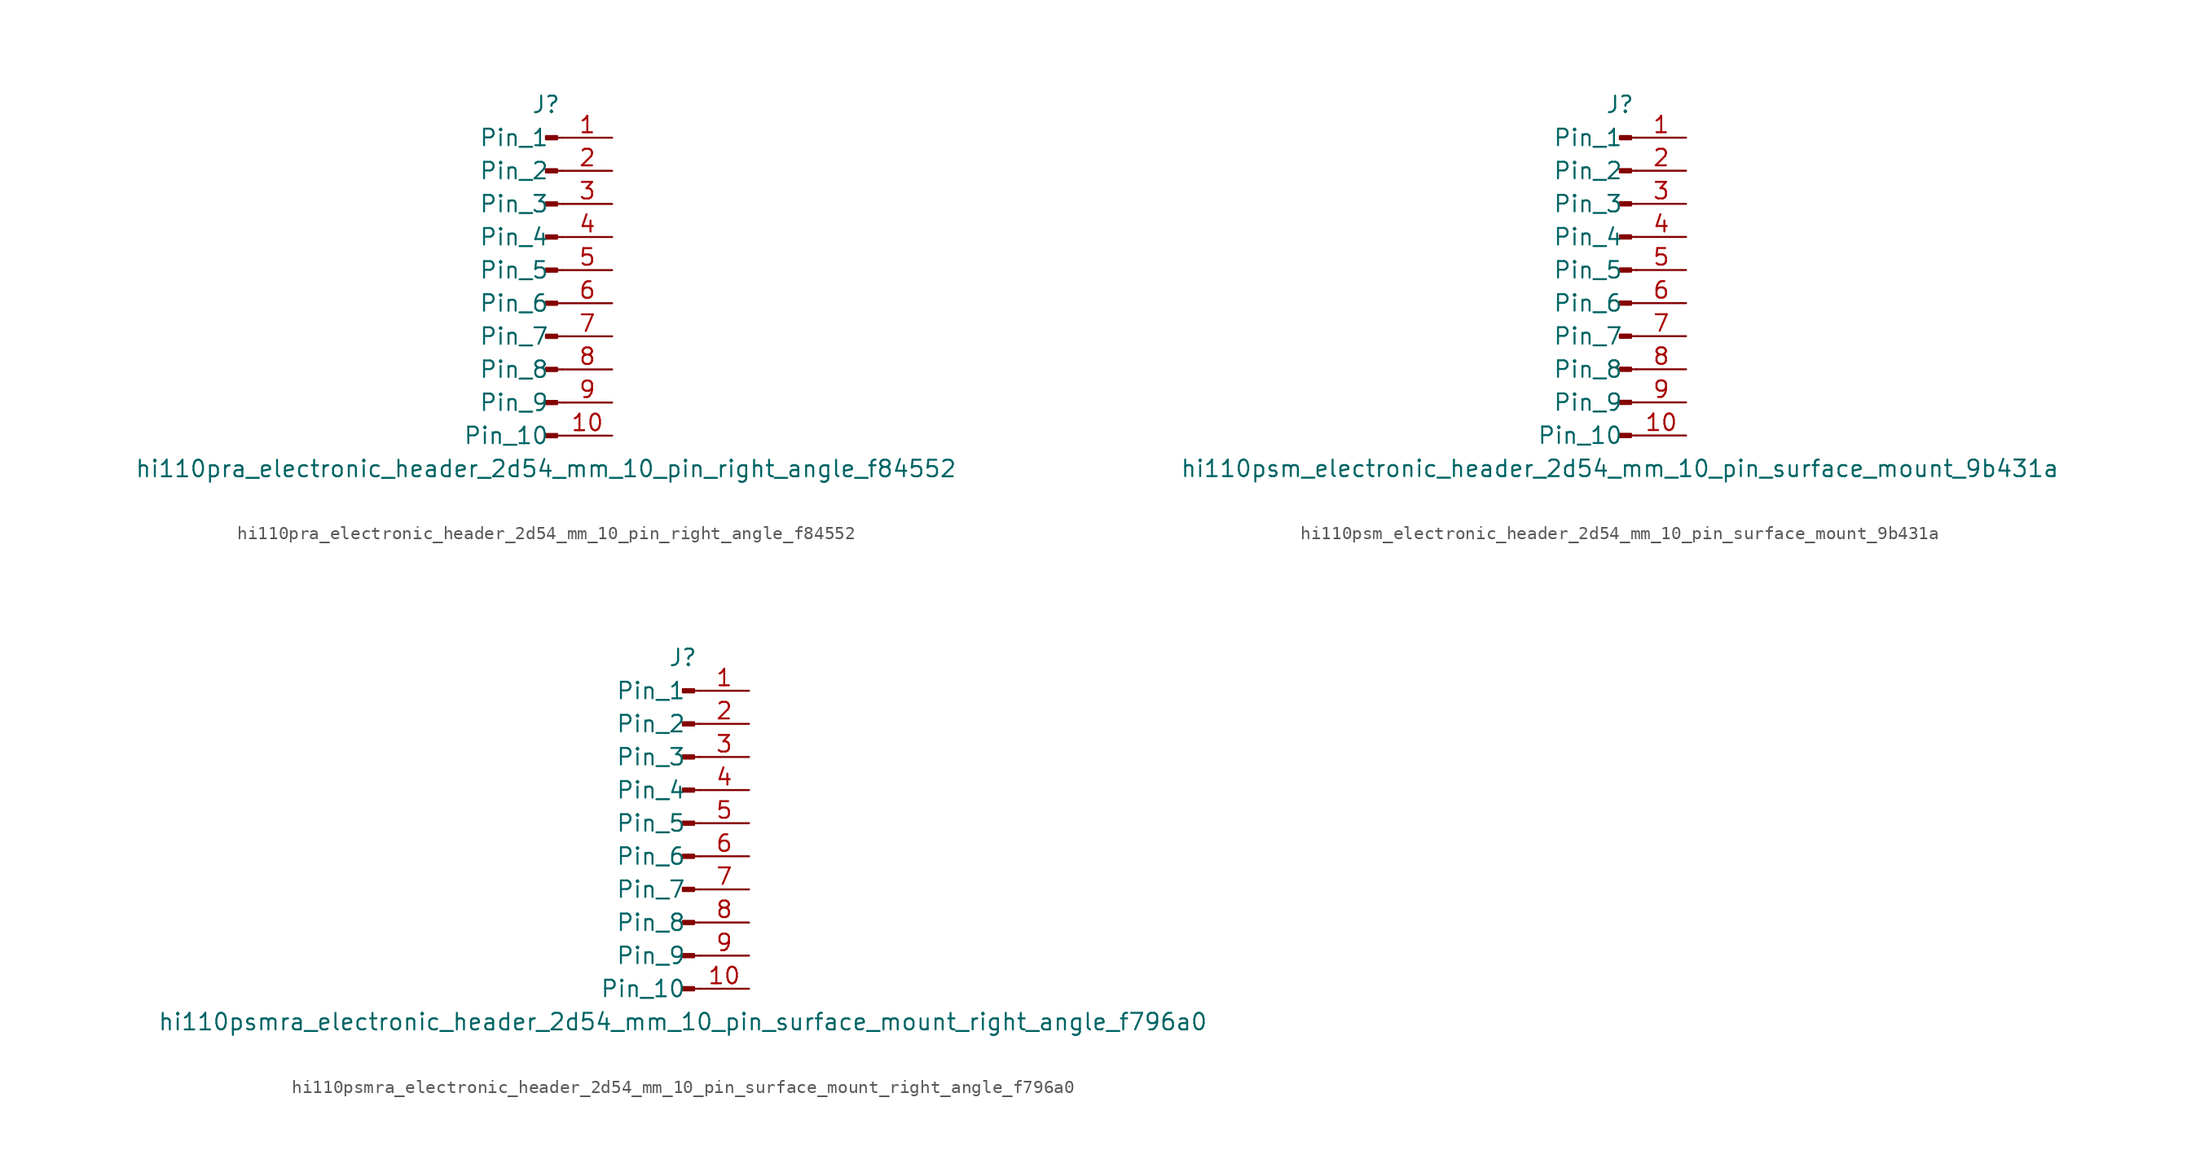
<source format=kicad_sym>
(kicad_symbol_lib
  (version 20220914)
  (generator kicad_symbol_editor)
  (symbol "hi110pra_electronic_header_2d54_mm_10_pin_right_angle_f84552"
    (pin_names
      (offset 1.016))
    (property "Reference" "J"
      (at 0 12.7 0)
      (effects (font (size 1.27 1.27))))
    (property "Value" "hi110pra_electronic_header_2d54_mm_10_pin_right_angle_f84552"
      (at 0 -15.24 0)
      (effects (font (size 1.27 1.27))))
    (property "ki_locked" ""
      (at 0 0 0)
      (effects (font (size 1.27 1.27))))
    (symbol "hi110pra_electronic_header_2d54_mm_10_pin_right_angle_f84552_1_1"
      (polyline (pts (xy 1.27 -12.7) (xy 0.864 -12.7)) (stroke (width 0.152) (type default)) (fill (type none)))
      (polyline (pts (xy 1.27 -10.16) (xy 0.864 -10.16)) (stroke (width 0.152) (type default)) (fill (type none)))
      (polyline (pts (xy 1.27 -7.62) (xy 0.864 -7.62)) (stroke (width 0.152) (type default)) (fill (type none)))
      (polyline (pts (xy 1.27 -5.08) (xy 0.864 -5.08)) (stroke (width 0.152) (type default)) (fill (type none)))
      (polyline (pts (xy 1.27 -2.54) (xy 0.864 -2.54)) (stroke (width 0.152) (type default)) (fill (type none)))
      (polyline (pts (xy 1.27 0) (xy 0.864 0)) (stroke (width 0.152) (type default)) (fill (type none)))
      (polyline (pts (xy 1.27 2.54) (xy 0.864 2.54)) (stroke (width 0.152) (type default)) (fill (type none)))
      (polyline (pts (xy 1.27 5.08) (xy 0.864 5.08)) (stroke (width 0.152) (type default)) (fill (type none)))
      (polyline (pts (xy 1.27 7.62) (xy 0.864 7.62)) (stroke (width 0.152) (type default)) (fill (type none)))
      (polyline (pts (xy 1.27 10.16) (xy 0.864 10.16)) (stroke (width 0.152) (type default)) (fill (type none)))
      (rectangle (start 0.864 -12.573) (end 0 -12.827) (stroke (width 0.152) (type default)) (fill (type outline)))
      (rectangle (start 0.864 -10.033) (end 0 -10.287) (stroke (width 0.152) (type default)) (fill (type outline)))
      (rectangle (start 0.864 -7.493) (end 0 -7.747) (stroke (width 0.152) (type default)) (fill (type outline)))
      (rectangle (start 0.864 -4.953) (end 0 -5.207) (stroke (width 0.152) (type default)) (fill (type outline)))
      (rectangle (start 0.864 -2.413) (end 0 -2.667) (stroke (width 0.152) (type default)) (fill (type outline)))
      (rectangle (start 0.864 0.127) (end 0 -0.127) (stroke (width 0.152) (type default)) (fill (type outline)))
      (rectangle (start 0.864 2.667) (end 0 2.413) (stroke (width 0.152) (type default)) (fill (type outline)))
      (rectangle (start 0.864 5.207) (end 0 4.953) (stroke (width 0.152) (type default)) (fill (type outline)))
      (rectangle (start 0.864 7.747) (end 0 7.493) (stroke (width 0.152) (type default)) (fill (type outline)))
      (rectangle (start 0.864 10.287) (end 0 10.033) (stroke (width 0.152) (type default)) (fill (type outline)))
      (pin passive line (at 5.08 10.16 180) (length 3.81) (name "Pin_1" (effects (font (size 1.27 1.27)))) (number "1" (effects (font (size 1.27 1.27)))))
      (pin passive line (at 5.08 -12.7 180) (length 3.81) (name "Pin_10" (effects (font (size 1.27 1.27)))) (number "10" (effects (font (size 1.27 1.27)))))
      (pin passive line (at 5.08 7.62 180) (length 3.81) (name "Pin_2" (effects (font (size 1.27 1.27)))) (number "2" (effects (font (size 1.27 1.27)))))
      (pin passive line (at 5.08 5.08 180) (length 3.81) (name "Pin_3" (effects (font (size 1.27 1.27)))) (number "3" (effects (font (size 1.27 1.27)))))
      (pin passive line (at 5.08 2.54 180) (length 3.81) (name "Pin_4" (effects (font (size 1.27 1.27)))) (number "4" (effects (font (size 1.27 1.27)))))
      (pin passive line (at 5.08 0 180) (length 3.81) (name "Pin_5" (effects (font (size 1.27 1.27)))) (number "5" (effects (font (size 1.27 1.27)))))
      (pin passive line (at 5.08 -2.54 180) (length 3.81) (name "Pin_6" (effects (font (size 1.27 1.27)))) (number "6" (effects (font (size 1.27 1.27)))))
      (pin passive line (at 5.08 -5.08 180) (length 3.81) (name "Pin_7" (effects (font (size 1.27 1.27)))) (number "7" (effects (font (size 1.27 1.27)))))
      (pin passive line (at 5.08 -7.62 180) (length 3.81) (name "Pin_8" (effects (font (size 1.27 1.27)))) (number "8" (effects (font (size 1.27 1.27)))))
      (pin passive line (at 5.08 -10.16 180) (length 3.81) (name "Pin_9" (effects (font (size 1.27 1.27)))) (number "9" (effects (font (size 1.27 1.27)))))))
  (symbol "hi110psm_electronic_header_2d54_mm_10_pin_surface_mount_9b431a"
    (pin_names
      (offset 1.016))
    (property "Reference" "J"
      (at 0 12.7 0)
      (effects (font (size 1.27 1.27))))
    (property "Value" "hi110psm_electronic_header_2d54_mm_10_pin_surface_mount_9b431a"
      (at 0 -15.24 0)
      (effects (font (size 1.27 1.27))))
    (property "ki_locked" ""
      (at 0 0 0)
      (effects (font (size 1.27 1.27))))
    (symbol "hi110psm_electronic_header_2d54_mm_10_pin_surface_mount_9b431a_1_1"
      (polyline (pts (xy 1.27 -12.7) (xy 0.864 -12.7)) (stroke (width 0.152) (type default)) (fill (type none)))
      (polyline (pts (xy 1.27 -10.16) (xy 0.864 -10.16)) (stroke (width 0.152) (type default)) (fill (type none)))
      (polyline (pts (xy 1.27 -7.62) (xy 0.864 -7.62)) (stroke (width 0.152) (type default)) (fill (type none)))
      (polyline (pts (xy 1.27 -5.08) (xy 0.864 -5.08)) (stroke (width 0.152) (type default)) (fill (type none)))
      (polyline (pts (xy 1.27 -2.54) (xy 0.864 -2.54)) (stroke (width 0.152) (type default)) (fill (type none)))
      (polyline (pts (xy 1.27 0) (xy 0.864 0)) (stroke (width 0.152) (type default)) (fill (type none)))
      (polyline (pts (xy 1.27 2.54) (xy 0.864 2.54)) (stroke (width 0.152) (type default)) (fill (type none)))
      (polyline (pts (xy 1.27 5.08) (xy 0.864 5.08)) (stroke (width 0.152) (type default)) (fill (type none)))
      (polyline (pts (xy 1.27 7.62) (xy 0.864 7.62)) (stroke (width 0.152) (type default)) (fill (type none)))
      (polyline (pts (xy 1.27 10.16) (xy 0.864 10.16)) (stroke (width 0.152) (type default)) (fill (type none)))
      (rectangle (start 0.864 -12.573) (end 0 -12.827) (stroke (width 0.152) (type default)) (fill (type outline)))
      (rectangle (start 0.864 -10.033) (end 0 -10.287) (stroke (width 0.152) (type default)) (fill (type outline)))
      (rectangle (start 0.864 -7.493) (end 0 -7.747) (stroke (width 0.152) (type default)) (fill (type outline)))
      (rectangle (start 0.864 -4.953) (end 0 -5.207) (stroke (width 0.152) (type default)) (fill (type outline)))
      (rectangle (start 0.864 -2.413) (end 0 -2.667) (stroke (width 0.152) (type default)) (fill (type outline)))
      (rectangle (start 0.864 0.127) (end 0 -0.127) (stroke (width 0.152) (type default)) (fill (type outline)))
      (rectangle (start 0.864 2.667) (end 0 2.413) (stroke (width 0.152) (type default)) (fill (type outline)))
      (rectangle (start 0.864 5.207) (end 0 4.953) (stroke (width 0.152) (type default)) (fill (type outline)))
      (rectangle (start 0.864 7.747) (end 0 7.493) (stroke (width 0.152) (type default)) (fill (type outline)))
      (rectangle (start 0.864 10.287) (end 0 10.033) (stroke (width 0.152) (type default)) (fill (type outline)))
      (pin passive line (at 5.08 10.16 180) (length 3.81) (name "Pin_1" (effects (font (size 1.27 1.27)))) (number "1" (effects (font (size 1.27 1.27)))))
      (pin passive line (at 5.08 -12.7 180) (length 3.81) (name "Pin_10" (effects (font (size 1.27 1.27)))) (number "10" (effects (font (size 1.27 1.27)))))
      (pin passive line (at 5.08 7.62 180) (length 3.81) (name "Pin_2" (effects (font (size 1.27 1.27)))) (number "2" (effects (font (size 1.27 1.27)))))
      (pin passive line (at 5.08 5.08 180) (length 3.81) (name "Pin_3" (effects (font (size 1.27 1.27)))) (number "3" (effects (font (size 1.27 1.27)))))
      (pin passive line (at 5.08 2.54 180) (length 3.81) (name "Pin_4" (effects (font (size 1.27 1.27)))) (number "4" (effects (font (size 1.27 1.27)))))
      (pin passive line (at 5.08 0 180) (length 3.81) (name "Pin_5" (effects (font (size 1.27 1.27)))) (number "5" (effects (font (size 1.27 1.27)))))
      (pin passive line (at 5.08 -2.54 180) (length 3.81) (name "Pin_6" (effects (font (size 1.27 1.27)))) (number "6" (effects (font (size 1.27 1.27)))))
      (pin passive line (at 5.08 -5.08 180) (length 3.81) (name "Pin_7" (effects (font (size 1.27 1.27)))) (number "7" (effects (font (size 1.27 1.27)))))
      (pin passive line (at 5.08 -7.62 180) (length 3.81) (name "Pin_8" (effects (font (size 1.27 1.27)))) (number "8" (effects (font (size 1.27 1.27)))))
      (pin passive line (at 5.08 -10.16 180) (length 3.81) (name "Pin_9" (effects (font (size 1.27 1.27)))) (number "9" (effects (font (size 1.27 1.27)))))))
  (symbol "hi110psmra_electronic_header_2d54_mm_10_pin_surface_mount_right_angle_f796a0"
    (pin_names
      (offset 1.016))
    (property "Reference" "J"
      (at 0 12.7 0)
      (effects (font (size 1.27 1.27))))
    (property "Value" "hi110psmra_electronic_header_2d54_mm_10_pin_surface_mount_right_angle_f796a0"
      (at 0 -15.24 0)
      (effects (font (size 1.27 1.27))))
    (property "ki_locked" ""
      (at 0 0 0)
      (effects (font (size 1.27 1.27))))
    (symbol "hi110psmra_electronic_header_2d54_mm_10_pin_surface_mount_right_angle_f796a0_1_1"
      (polyline (pts (xy 1.27 -12.7) (xy 0.864 -12.7)) (stroke (width 0.152) (type default)) (fill (type none)))
      (polyline (pts (xy 1.27 -10.16) (xy 0.864 -10.16)) (stroke (width 0.152) (type default)) (fill (type none)))
      (polyline (pts (xy 1.27 -7.62) (xy 0.864 -7.62)) (stroke (width 0.152) (type default)) (fill (type none)))
      (polyline (pts (xy 1.27 -5.08) (xy 0.864 -5.08)) (stroke (width 0.152) (type default)) (fill (type none)))
      (polyline (pts (xy 1.27 -2.54) (xy 0.864 -2.54)) (stroke (width 0.152) (type default)) (fill (type none)))
      (polyline (pts (xy 1.27 0) (xy 0.864 0)) (stroke (width 0.152) (type default)) (fill (type none)))
      (polyline (pts (xy 1.27 2.54) (xy 0.864 2.54)) (stroke (width 0.152) (type default)) (fill (type none)))
      (polyline (pts (xy 1.27 5.08) (xy 0.864 5.08)) (stroke (width 0.152) (type default)) (fill (type none)))
      (polyline (pts (xy 1.27 7.62) (xy 0.864 7.62)) (stroke (width 0.152) (type default)) (fill (type none)))
      (polyline (pts (xy 1.27 10.16) (xy 0.864 10.16)) (stroke (width 0.152) (type default)) (fill (type none)))
      (rectangle (start 0.864 -12.573) (end 0 -12.827) (stroke (width 0.152) (type default)) (fill (type outline)))
      (rectangle (start 0.864 -10.033) (end 0 -10.287) (stroke (width 0.152) (type default)) (fill (type outline)))
      (rectangle (start 0.864 -7.493) (end 0 -7.747) (stroke (width 0.152) (type default)) (fill (type outline)))
      (rectangle (start 0.864 -4.953) (end 0 -5.207) (stroke (width 0.152) (type default)) (fill (type outline)))
      (rectangle (start 0.864 -2.413) (end 0 -2.667) (stroke (width 0.152) (type default)) (fill (type outline)))
      (rectangle (start 0.864 0.127) (end 0 -0.127) (stroke (width 0.152) (type default)) (fill (type outline)))
      (rectangle (start 0.864 2.667) (end 0 2.413) (stroke (width 0.152) (type default)) (fill (type outline)))
      (rectangle (start 0.864 5.207) (end 0 4.953) (stroke (width 0.152) (type default)) (fill (type outline)))
      (rectangle (start 0.864 7.747) (end 0 7.493) (stroke (width 0.152) (type default)) (fill (type outline)))
      (rectangle (start 0.864 10.287) (end 0 10.033) (stroke (width 0.152) (type default)) (fill (type outline)))
      (pin passive line (at 5.08 10.16 180) (length 3.81) (name "Pin_1" (effects (font (size 1.27 1.27)))) (number "1" (effects (font (size 1.27 1.27)))))
      (pin passive line (at 5.08 -12.7 180) (length 3.81) (name "Pin_10" (effects (font (size 1.27 1.27)))) (number "10" (effects (font (size 1.27 1.27)))))
      (pin passive line (at 5.08 7.62 180) (length 3.81) (name "Pin_2" (effects (font (size 1.27 1.27)))) (number "2" (effects (font (size 1.27 1.27)))))
      (pin passive line (at 5.08 5.08 180) (length 3.81) (name "Pin_3" (effects (font (size 1.27 1.27)))) (number "3" (effects (font (size 1.27 1.27)))))
      (pin passive line (at 5.08 2.54 180) (length 3.81) (name "Pin_4" (effects (font (size 1.27 1.27)))) (number "4" (effects (font (size 1.27 1.27)))))
      (pin passive line (at 5.08 0 180) (length 3.81) (name "Pin_5" (effects (font (size 1.27 1.27)))) (number "5" (effects (font (size 1.27 1.27)))))
      (pin passive line (at 5.08 -2.54 180) (length 3.81) (name "Pin_6" (effects (font (size 1.27 1.27)))) (number "6" (effects (font (size 1.27 1.27)))))
      (pin passive line (at 5.08 -5.08 180) (length 3.81) (name "Pin_7" (effects (font (size 1.27 1.27)))) (number "7" (effects (font (size 1.27 1.27)))))
      (pin passive line (at 5.08 -7.62 180) (length 3.81) (name "Pin_8" (effects (font (size 1.27 1.27)))) (number "8" (effects (font (size 1.27 1.27)))))
      (pin passive line (at 5.08 -10.16 180) (length 3.81) (name "Pin_9" (effects (font (size 1.27 1.27)))) (number "9" (effects (font (size 1.27 1.27))))))))
</source>
